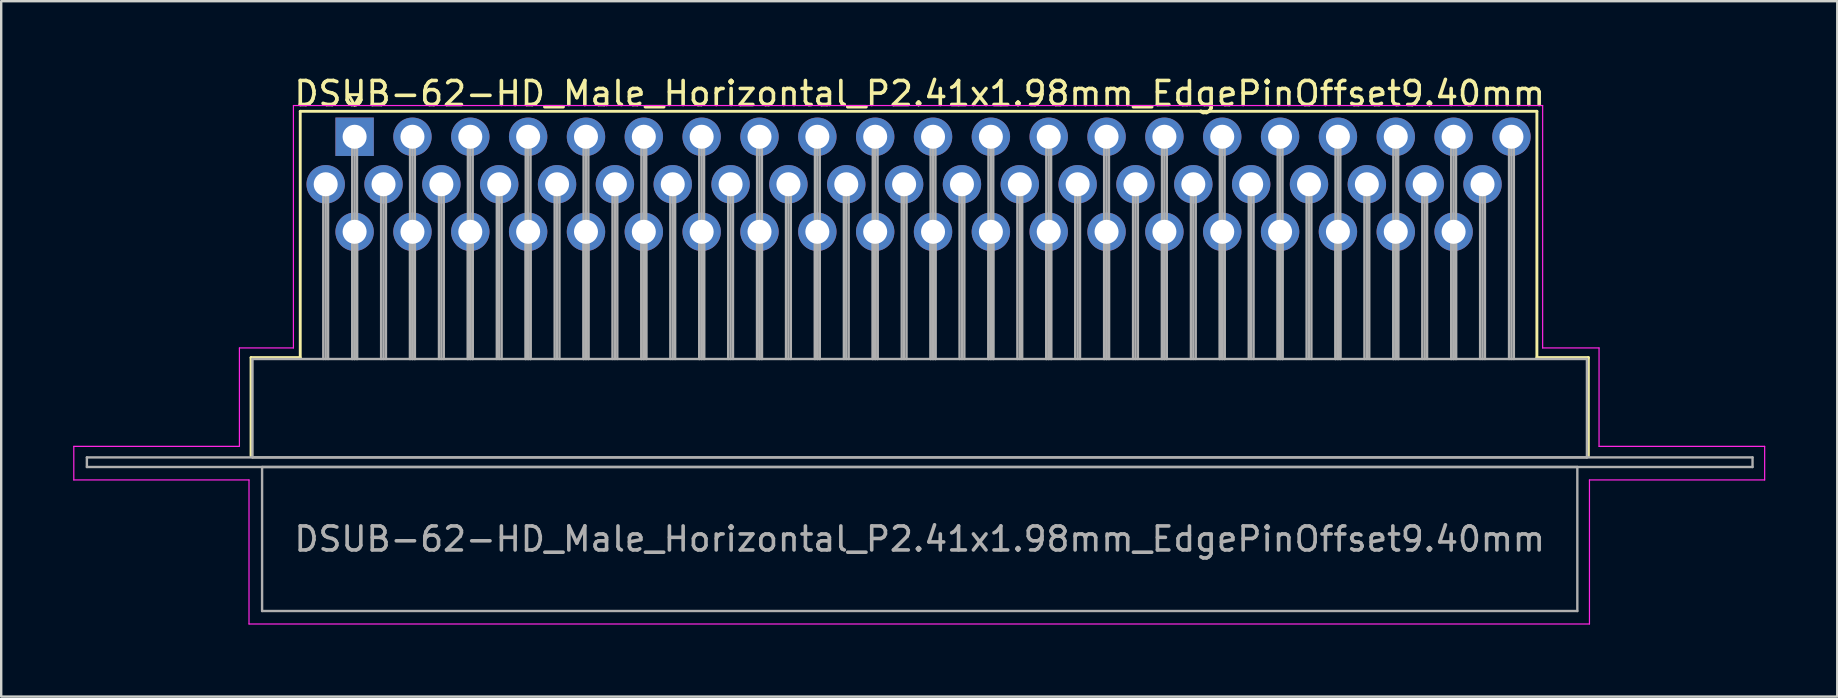
<source format=kicad_pcb>
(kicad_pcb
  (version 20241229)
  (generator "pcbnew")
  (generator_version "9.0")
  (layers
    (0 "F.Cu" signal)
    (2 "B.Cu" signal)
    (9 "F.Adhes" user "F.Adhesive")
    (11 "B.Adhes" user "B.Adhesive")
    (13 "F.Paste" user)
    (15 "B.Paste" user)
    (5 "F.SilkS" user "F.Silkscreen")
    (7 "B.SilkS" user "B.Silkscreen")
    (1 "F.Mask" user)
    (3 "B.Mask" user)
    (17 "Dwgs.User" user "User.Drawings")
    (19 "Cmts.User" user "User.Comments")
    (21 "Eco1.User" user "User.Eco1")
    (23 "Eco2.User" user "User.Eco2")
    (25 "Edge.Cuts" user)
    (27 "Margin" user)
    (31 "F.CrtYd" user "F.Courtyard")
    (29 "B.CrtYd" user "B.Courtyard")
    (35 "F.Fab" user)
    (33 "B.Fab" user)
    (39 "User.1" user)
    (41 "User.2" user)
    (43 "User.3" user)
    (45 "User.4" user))
  (footprint "DSUB-62-HD_Male_Horizontal_P2.41x1.98mm_EdgePinOffset9.40mm"
    (layer "F.Cu")
    (at 11.725 2.648)
    (property "Reference" "DSUB-62-HD_Male_Horizontal_P2.41x1.98mm_EdgePinOffset9.40mm" (at 23.545 -1.8 0) (layer "F.SilkS") (effects (font (size 1 1) (thickness 0.15))))
    (attr through_hole)
    (fp_line (start -4.315 9.2) (end -2.265 9.2) (stroke (width 0.12) (type solid)) (layer "F.SilkS"))
    (fp_line (start -4.315 13.3) (end -4.315 9.2) (stroke (width 0.12) (type solid)) (layer "F.SilkS"))
    (fp_line (start -2.265 -1.06) (end 49.26 -1.06) (stroke (width 0.12) (type solid)) (layer "F.SilkS"))
    (fp_line (start -2.265 9.2) (end -2.265 -1.06) (stroke (width 0.12) (type solid)) (layer "F.SilkS"))
    (fp_line (start -0.25 -1.754) (end 0.25 -1.754) (stroke (width 0.12) (type solid)) (layer "F.SilkS"))
    (fp_line (start 0 -1.321) (end -0.25 -1.754) (stroke (width 0.12) (type solid)) (layer "F.SilkS"))
    (fp_line (start 0.25 -1.754) (end 0 -1.321) (stroke (width 0.12) (type solid)) (layer "F.SilkS"))
    (fp_line (start 49.26 -1.06) (end 49.26 9.2) (stroke (width 0.12) (type solid)) (layer "F.SilkS"))
    (fp_line (start 49.26 9.2) (end 51.405 9.2) (stroke (width 0.12) (type solid)) (layer "F.SilkS"))
    (fp_line (start 51.405 9.2) (end 51.405 13.3) (stroke (width 0.12) (type solid)) (layer "F.SilkS"))
    (fp_line (start -11.7 12.9) (end -4.8 12.9) (stroke (width 0.05) (type solid)) (layer "F.CrtYd"))
    (fp_line (start -11.7 14.3) (end -11.7 12.9) (stroke (width 0.05) (type solid)) (layer "F.CrtYd"))
    (fp_line (start -4.8 8.8) (end -2.55 8.8) (stroke (width 0.05) (type solid)) (layer "F.CrtYd"))
    (fp_line (start -4.8 12.9) (end -4.8 8.8) (stroke (width 0.05) (type solid)) (layer "F.CrtYd"))
    (fp_line (start -4.4 14.3) (end -11.7 14.3) (stroke (width 0.05) (type solid)) (layer "F.CrtYd"))
    (fp_line (start -4.4 20.3) (end -4.4 14.3) (stroke (width 0.05) (type solid)) (layer "F.CrtYd"))
    (fp_line (start -2.55 -1.3) (end 49.5 -1.3) (stroke (width 0.05) (type solid)) (layer "F.CrtYd"))
    (fp_line (start -2.55 8.8) (end -2.55 -1.3) (stroke (width 0.05) (type solid)) (layer "F.CrtYd"))
    (fp_line (start 49.5 -1.3) (end 49.5 8.8) (stroke (width 0.05) (type solid)) (layer "F.CrtYd"))
    (fp_line (start 49.5 8.8) (end 51.85 8.8) (stroke (width 0.05) (type solid)) (layer "F.CrtYd"))
    (fp_line (start 51.45 14.3) (end 51.45 20.3) (stroke (width 0.05) (type solid)) (layer "F.CrtYd"))
    (fp_line (start 51.45 20.3) (end -4.4 20.3) (stroke (width 0.05) (type solid)) (layer "F.CrtYd"))
    (fp_line (start 51.85 8.8) (end 51.85 12.9) (stroke (width 0.05) (type solid)) (layer "F.CrtYd"))
    (fp_line (start 51.85 12.9) (end 58.75 12.9) (stroke (width 0.05) (type solid)) (layer "F.CrtYd"))
    (fp_line (start 58.75 12.9) (end 58.75 14.3) (stroke (width 0.05) (type solid)) (layer "F.CrtYd"))
    (fp_line (start 58.75 14.3) (end 51.45 14.3) (stroke (width 0.05) (type solid)) (layer "F.CrtYd"))
    (fp_line (start -11.155 13.36) (end -11.155 13.76) (stroke (width 0.1) (type solid)) (layer "F.Fab"))
    (fp_line (start -11.155 13.76) (end 58.245 13.76) (stroke (width 0.1) (type solid)) (layer "F.Fab"))
    (fp_line (start -4.255 9.26) (end -4.255 13.36) (stroke (width 0.1) (type solid)) (layer "F.Fab"))
    (fp_line (start -4.255 13.36) (end 51.345 13.36) (stroke (width 0.1) (type solid)) (layer "F.Fab"))
    (fp_line (start -3.855 13.76) (end -3.855 19.76) (stroke (width 0.1) (type solid)) (layer "F.Fab"))
    (fp_line (start -3.855 19.76) (end 50.945 19.76) (stroke (width 0.1) (type solid)) (layer "F.Fab"))
    (fp_line (start -1.305 1.98) (end -1.305 9.26) (stroke (width 0.1) (type solid)) (layer "F.Fab"))
    (fp_line (start -1.205 1.98) (end -1.205 9.26) (stroke (width 0.1) (type solid)) (layer "F.Fab"))
    (fp_line (start -1.105 1.98) (end -1.105 9.26) (stroke (width 0.1) (type solid)) (layer "F.Fab"))
    (fp_line (start -0.1 0) (end -0.1 9.26) (stroke (width 0.1) (type solid)) (layer "F.Fab"))
    (fp_line (start -0.1 3.96) (end -0.1 9.26) (stroke (width 0.1) (type solid)) (layer "F.Fab"))
    (fp_line (start 0 0) (end 0 9.26) (stroke (width 0.1) (type solid)) (layer "F.Fab"))
    (fp_line (start 0 3.96) (end 0 9.26) (stroke (width 0.1) (type solid)) (layer "F.Fab"))
    (fp_line (start 0.1 0) (end 0.1 9.26) (stroke (width 0.1) (type solid)) (layer "F.Fab"))
    (fp_line (start 0.1 3.96) (end 0.1 9.26) (stroke (width 0.1) (type solid)) (layer "F.Fab"))
    (fp_line (start 1.105 1.98) (end 1.105 9.26) (stroke (width 0.1) (type solid)) (layer "F.Fab"))
    (fp_line (start 1.205 1.98) (end 1.205 9.26) (stroke (width 0.1) (type solid)) (layer "F.Fab"))
    (fp_line (start 1.305 1.98) (end 1.305 9.26) (stroke (width 0.1) (type solid)) (layer "F.Fab"))
    (fp_line (start 2.31 0) (end 2.31 9.26) (stroke (width 0.1) (type solid)) (layer "F.Fab"))
    (fp_line (start 2.31 3.96) (end 2.31 9.26) (stroke (width 0.1) (type solid)) (layer "F.Fab"))
    (fp_line (start 2.41 0) (end 2.41 9.26) (stroke (width 0.1) (type solid)) (layer "F.Fab"))
    (fp_line (start 2.41 3.96) (end 2.41 9.26) (stroke (width 0.1) (type solid)) (layer "F.Fab"))
    (fp_line (start 2.51 0) (end 2.51 9.26) (stroke (width 0.1) (type solid)) (layer "F.Fab"))
    (fp_line (start 2.51 3.96) (end 2.51 9.26) (stroke (width 0.1) (type solid)) (layer "F.Fab"))
    (fp_line (start 3.515 1.98) (end 3.515 9.26) (stroke (width 0.1) (type solid)) (layer "F.Fab"))
    (fp_line (start 3.615 1.98) (end 3.615 9.26) (stroke (width 0.1) (type solid)) (layer "F.Fab"))
    (fp_line (start 3.715 1.98) (end 3.715 9.26) (stroke (width 0.1) (type solid)) (layer "F.Fab"))
    (fp_line (start 4.72 0) (end 4.72 9.26) (stroke (width 0.1) (type solid)) (layer "F.Fab"))
    (fp_line (start 4.72 3.96) (end 4.72 9.26) (stroke (width 0.1) (type solid)) (layer "F.Fab"))
    (fp_line (start 4.82 0) (end 4.82 9.26) (stroke (width 0.1) (type solid)) (layer "F.Fab"))
    (fp_line (start 4.82 3.96) (end 4.82 9.26) (stroke (width 0.1) (type solid)) (layer "F.Fab"))
    (fp_line (start 4.92 0) (end 4.92 9.26) (stroke (width 0.1) (type solid)) (layer "F.Fab"))
    (fp_line (start 4.92 3.96) (end 4.92 9.26) (stroke (width 0.1) (type solid)) (layer "F.Fab"))
    (fp_line (start 5.925 1.98) (end 5.925 9.26) (stroke (width 0.1) (type solid)) (layer "F.Fab"))
    (fp_line (start 6.025 1.98) (end 6.025 9.26) (stroke (width 0.1) (type solid)) (layer "F.Fab"))
    (fp_line (start 6.125 1.98) (end 6.125 9.26) (stroke (width 0.1) (type solid)) (layer "F.Fab"))
    (fp_line (start 7.13 0) (end 7.13 9.26) (stroke (width 0.1) (type solid)) (layer "F.Fab"))
    (fp_line (start 7.13 3.96) (end 7.13 9.26) (stroke (width 0.1) (type solid)) (layer "F.Fab"))
    (fp_line (start 7.23 0) (end 7.23 9.26) (stroke (width 0.1) (type solid)) (layer "F.Fab"))
    (fp_line (start 7.23 3.96) (end 7.23 9.26) (stroke (width 0.1) (type solid)) (layer "F.Fab"))
    (fp_line (start 7.33 0) (end 7.33 9.26) (stroke (width 0.1) (type solid)) (layer "F.Fab"))
    (fp_line (start 7.33 3.96) (end 7.33 9.26) (stroke (width 0.1) (type solid)) (layer "F.Fab"))
    (fp_line (start 8.335 1.98) (end 8.335 9.26) (stroke (width 0.1) (type solid)) (layer "F.Fab"))
    (fp_line (start 8.435 1.98) (end 8.435 9.26) (stroke (width 0.1) (type solid)) (layer "F.Fab"))
    (fp_line (start 8.535 1.98) (end 8.535 9.26) (stroke (width 0.1) (type solid)) (layer "F.Fab"))
    (fp_line (start 9.54 0) (end 9.54 9.26) (stroke (width 0.1) (type solid)) (layer "F.Fab"))
    (fp_line (start 9.54 3.96) (end 9.54 9.26) (stroke (width 0.1) (type solid)) (layer "F.Fab"))
    (fp_line (start 9.64 0) (end 9.64 9.26) (stroke (width 0.1) (type solid)) (layer "F.Fab"))
    (fp_line (start 9.64 3.96) (end 9.64 9.26) (stroke (width 0.1) (type solid)) (layer "F.Fab"))
    (fp_line (start 9.74 0) (end 9.74 9.26) (stroke (width 0.1) (type solid)) (layer "F.Fab"))
    (fp_line (start 9.74 3.96) (end 9.74 9.26) (stroke (width 0.1) (type solid)) (layer "F.Fab"))
    (fp_line (start 10.745 1.98) (end 10.745 9.26) (stroke (width 0.1) (type solid)) (layer "F.Fab"))
    (fp_line (start 10.845 1.98) (end 10.845 9.26) (stroke (width 0.1) (type solid)) (layer "F.Fab"))
    (fp_line (start 10.945 1.98) (end 10.945 9.26) (stroke (width 0.1) (type solid)) (layer "F.Fab"))
    (fp_line (start 11.95 0) (end 11.95 9.26) (stroke (width 0.1) (type solid)) (layer "F.Fab"))
    (fp_line (start 11.95 3.96) (end 11.95 9.26) (stroke (width 0.1) (type solid)) (layer "F.Fab"))
    (fp_line (start 12.05 0) (end 12.05 9.26) (stroke (width 0.1) (type solid)) (layer "F.Fab"))
    (fp_line (start 12.05 3.96) (end 12.05 9.26) (stroke (width 0.1) (type solid)) (layer "F.Fab"))
    (fp_line (start 12.15 0) (end 12.15 9.26) (stroke (width 0.1) (type solid)) (layer "F.Fab"))
    (fp_line (start 12.15 3.96) (end 12.15 9.26) (stroke (width 0.1) (type solid)) (layer "F.Fab"))
    (fp_line (start 13.155 1.98) (end 13.155 9.26) (stroke (width 0.1) (type solid)) (layer "F.Fab"))
    (fp_line (start 13.255 1.98) (end 13.255 9.26) (stroke (width 0.1) (type solid)) (layer "F.Fab"))
    (fp_line (start 13.355 1.98) (end 13.355 9.26) (stroke (width 0.1) (type solid)) (layer "F.Fab"))
    (fp_line (start 14.36 0) (end 14.36 9.26) (stroke (width 0.1) (type solid)) (layer "F.Fab"))
    (fp_line (start 14.36 3.96) (end 14.36 9.26) (stroke (width 0.1) (type solid)) (layer "F.Fab"))
    (fp_line (start 14.46 0) (end 14.46 9.26) (stroke (width 0.1) (type solid)) (layer "F.Fab"))
    (fp_line (start 14.46 3.96) (end 14.46 9.26) (stroke (width 0.1) (type solid)) (layer "F.Fab"))
    (fp_line (start 14.56 0) (end 14.56 9.26) (stroke (width 0.1) (type solid)) (layer "F.Fab"))
    (fp_line (start 14.56 3.96) (end 14.56 9.26) (stroke (width 0.1) (type solid)) (layer "F.Fab"))
    (fp_line (start 15.565 1.98) (end 15.565 9.26) (stroke (width 0.1) (type solid)) (layer "F.Fab"))
    (fp_line (start 15.665 1.98) (end 15.665 9.26) (stroke (width 0.1) (type solid)) (layer "F.Fab"))
    (fp_line (start 15.765 1.98) (end 15.765 9.26) (stroke (width 0.1) (type solid)) (layer "F.Fab"))
    (fp_line (start 16.77 0) (end 16.77 9.26) (stroke (width 0.1) (type solid)) (layer "F.Fab"))
    (fp_line (start 16.77 3.96) (end 16.77 9.26) (stroke (width 0.1) (type solid)) (layer "F.Fab"))
    (fp_line (start 16.87 0) (end 16.87 9.26) (stroke (width 0.1) (type solid)) (layer "F.Fab"))
    (fp_line (start 16.87 3.96) (end 16.87 9.26) (stroke (width 0.1) (type solid)) (layer "F.Fab"))
    (fp_line (start 16.97 0) (end 16.97 9.26) (stroke (width 0.1) (type solid)) (layer "F.Fab"))
    (fp_line (start 16.97 3.96) (end 16.97 9.26) (stroke (width 0.1) (type solid)) (layer "F.Fab"))
    (fp_line (start 17.975 1.98) (end 17.975 9.26) (stroke (width 0.1) (type solid)) (layer "F.Fab"))
    (fp_line (start 18.075 1.98) (end 18.075 9.26) (stroke (width 0.1) (type solid)) (layer "F.Fab"))
    (fp_line (start 18.175 1.98) (end 18.175 9.26) (stroke (width 0.1) (type solid)) (layer "F.Fab"))
    (fp_line (start 19.18 0) (end 19.18 9.26) (stroke (width 0.1) (type solid)) (layer "F.Fab"))
    (fp_line (start 19.18 3.96) (end 19.18 9.26) (stroke (width 0.1) (type solid)) (layer "F.Fab"))
    (fp_line (start 19.28 0) (end 19.28 9.26) (stroke (width 0.1) (type solid)) (layer "F.Fab"))
    (fp_line (start 19.28 3.96) (end 19.28 9.26) (stroke (width 0.1) (type solid)) (layer "F.Fab"))
    (fp_line (start 19.38 0) (end 19.38 9.26) (stroke (width 0.1) (type solid)) (layer "F.Fab"))
    (fp_line (start 19.38 3.96) (end 19.38 9.26) (stroke (width 0.1) (type solid)) (layer "F.Fab"))
    (fp_line (start 20.385 1.98) (end 20.385 9.26) (stroke (width 0.1) (type solid)) (layer "F.Fab"))
    (fp_line (start 20.485 1.98) (end 20.485 9.26) (stroke (width 0.1) (type solid)) (layer "F.Fab"))
    (fp_line (start 20.585 1.98) (end 20.585 9.26) (stroke (width 0.1) (type solid)) (layer "F.Fab"))
    (fp_line (start 21.59 0) (end 21.59 9.26) (stroke (width 0.1) (type solid)) (layer "F.Fab"))
    (fp_line (start 21.59 3.96) (end 21.59 9.26) (stroke (width 0.1) (type solid)) (layer "F.Fab"))
    (fp_line (start 21.69 0) (end 21.69 9.26) (stroke (width 0.1) (type solid)) (layer "F.Fab"))
    (fp_line (start 21.69 3.96) (end 21.69 9.26) (stroke (width 0.1) (type solid)) (layer "F.Fab"))
    (fp_line (start 21.79 0) (end 21.79 9.26) (stroke (width 0.1) (type solid)) (layer "F.Fab"))
    (fp_line (start 21.79 3.96) (end 21.79 9.26) (stroke (width 0.1) (type solid)) (layer "F.Fab"))
    (fp_line (start 22.795 1.98) (end 22.795 9.26) (stroke (width 0.1) (type solid)) (layer "F.Fab"))
    (fp_line (start 22.895 1.98) (end 22.895 9.26) (stroke (width 0.1) (type solid)) (layer "F.Fab"))
    (fp_line (start 22.995 1.98) (end 22.995 9.26) (stroke (width 0.1) (type solid)) (layer "F.Fab"))
    (fp_line (start 24 0) (end 24 9.26) (stroke (width 0.1) (type solid)) (layer "F.Fab"))
    (fp_line (start 24 3.96) (end 24 9.26) (stroke (width 0.1) (type solid)) (layer "F.Fab"))
    (fp_line (start 24.1 0) (end 24.1 9.26) (stroke (width 0.1) (type solid)) (layer "F.Fab"))
    (fp_line (start 24.1 3.96) (end 24.1 9.26) (stroke (width 0.1) (type solid)) (layer "F.Fab"))
    (fp_line (start 24.2 0) (end 24.2 9.26) (stroke (width 0.1) (type solid)) (layer "F.Fab"))
    (fp_line (start 24.2 3.96) (end 24.2 9.26) (stroke (width 0.1) (type solid)) (layer "F.Fab"))
    (fp_line (start 25.205 1.98) (end 25.205 9.26) (stroke (width 0.1) (type solid)) (layer "F.Fab"))
    (fp_line (start 25.305 1.98) (end 25.305 9.26) (stroke (width 0.1) (type solid)) (layer "F.Fab"))
    (fp_line (start 25.405 1.98) (end 25.405 9.26) (stroke (width 0.1) (type solid)) (layer "F.Fab"))
    (fp_line (start 26.41 0) (end 26.41 9.26) (stroke (width 0.1) (type solid)) (layer "F.Fab"))
    (fp_line (start 26.41 3.96) (end 26.41 9.26) (stroke (width 0.1) (type solid)) (layer "F.Fab"))
    (fp_line (start 26.51 0) (end 26.51 9.26) (stroke (width 0.1) (type solid)) (layer "F.Fab"))
    (fp_line (start 26.51 3.96) (end 26.51 9.26) (stroke (width 0.1) (type solid)) (layer "F.Fab"))
    (fp_line (start 26.61 0) (end 26.61 9.26) (stroke (width 0.1) (type solid)) (layer "F.Fab"))
    (fp_line (start 26.61 3.96) (end 26.61 9.26) (stroke (width 0.1) (type solid)) (layer "F.Fab"))
    (fp_line (start 27.615 1.98) (end 27.615 9.26) (stroke (width 0.1) (type solid)) (layer "F.Fab"))
    (fp_line (start 27.715 1.98) (end 27.715 9.26) (stroke (width 0.1) (type solid)) (layer "F.Fab"))
    (fp_line (start 27.815 1.98) (end 27.815 9.26) (stroke (width 0.1) (type solid)) (layer "F.Fab"))
    (fp_line (start 28.82 0) (end 28.82 9.26) (stroke (width 0.1) (type solid)) (layer "F.Fab"))
    (fp_line (start 28.82 3.96) (end 28.82 9.26) (stroke (width 0.1) (type solid)) (layer "F.Fab"))
    (fp_line (start 28.92 0) (end 28.92 9.26) (stroke (width 0.1) (type solid)) (layer "F.Fab"))
    (fp_line (start 28.92 3.96) (end 28.92 9.26) (stroke (width 0.1) (type solid)) (layer "F.Fab"))
    (fp_line (start 29.02 0) (end 29.02 9.26) (stroke (width 0.1) (type solid)) (layer "F.Fab"))
    (fp_line (start 29.02 3.96) (end 29.02 9.26) (stroke (width 0.1) (type solid)) (layer "F.Fab"))
    (fp_line (start 30.025 1.98) (end 30.025 9.26) (stroke (width 0.1) (type solid)) (layer "F.Fab"))
    (fp_line (start 30.125 1.98) (end 30.125 9.26) (stroke (width 0.1) (type solid)) (layer "F.Fab"))
    (fp_line (start 30.225 1.98) (end 30.225 9.26) (stroke (width 0.1) (type solid)) (layer "F.Fab"))
    (fp_line (start 31.23 0) (end 31.23 9.26) (stroke (width 0.1) (type solid)) (layer "F.Fab"))
    (fp_line (start 31.23 3.96) (end 31.23 9.26) (stroke (width 0.1) (type solid)) (layer "F.Fab"))
    (fp_line (start 31.33 0) (end 31.33 9.26) (stroke (width 0.1) (type solid)) (layer "F.Fab"))
    (fp_line (start 31.33 3.96) (end 31.33 9.26) (stroke (width 0.1) (type solid)) (layer "F.Fab"))
    (fp_line (start 31.43 0) (end 31.43 9.26) (stroke (width 0.1) (type solid)) (layer "F.Fab"))
    (fp_line (start 31.43 3.96) (end 31.43 9.26) (stroke (width 0.1) (type solid)) (layer "F.Fab"))
    (fp_line (start 32.435 1.98) (end 32.435 9.26) (stroke (width 0.1) (type solid)) (layer "F.Fab"))
    (fp_line (start 32.535 1.98) (end 32.535 9.26) (stroke (width 0.1) (type solid)) (layer "F.Fab"))
    (fp_line (start 32.635 1.98) (end 32.635 9.26) (stroke (width 0.1) (type solid)) (layer "F.Fab"))
    (fp_line (start 33.64 0) (end 33.64 9.26) (stroke (width 0.1) (type solid)) (layer "F.Fab"))
    (fp_line (start 33.64 3.96) (end 33.64 9.26) (stroke (width 0.1) (type solid)) (layer "F.Fab"))
    (fp_line (start 33.74 0) (end 33.74 9.26) (stroke (width 0.1) (type solid)) (layer "F.Fab"))
    (fp_line (start 33.74 3.96) (end 33.74 9.26) (stroke (width 0.1) (type solid)) (layer "F.Fab"))
    (fp_line (start 33.84 0) (end 33.84 9.26) (stroke (width 0.1) (type solid)) (layer "F.Fab"))
    (fp_line (start 33.84 3.96) (end 33.84 9.26) (stroke (width 0.1) (type solid)) (layer "F.Fab"))
    (fp_line (start 34.845 1.98) (end 34.845 9.26) (stroke (width 0.1) (type solid)) (layer "F.Fab"))
    (fp_line (start 34.945 1.98) (end 34.945 9.26) (stroke (width 0.1) (type solid)) (layer "F.Fab"))
    (fp_line (start 35.045 1.98) (end 35.045 9.26) (stroke (width 0.1) (type solid)) (layer "F.Fab"))
    (fp_line (start 36.05 0) (end 36.05 9.26) (stroke (width 0.1) (type solid)) (layer "F.Fab"))
    (fp_line (start 36.05 3.96) (end 36.05 9.26) (stroke (width 0.1) (type solid)) (layer "F.Fab"))
    (fp_line (start 36.15 0) (end 36.15 9.26) (stroke (width 0.1) (type solid)) (layer "F.Fab"))
    (fp_line (start 36.15 3.96) (end 36.15 9.26) (stroke (width 0.1) (type solid)) (layer "F.Fab"))
    (fp_line (start 36.25 0) (end 36.25 9.26) (stroke (width 0.1) (type solid)) (layer "F.Fab"))
    (fp_line (start 36.25 3.96) (end 36.25 9.26) (stroke (width 0.1) (type solid)) (layer "F.Fab"))
    (fp_line (start 37.255 1.98) (end 37.255 9.26) (stroke (width 0.1) (type solid)) (layer "F.Fab"))
    (fp_line (start 37.355 1.98) (end 37.355 9.26) (stroke (width 0.1) (type solid)) (layer "F.Fab"))
    (fp_line (start 37.455 1.98) (end 37.455 9.26) (stroke (width 0.1) (type solid)) (layer "F.Fab"))
    (fp_line (start 38.46 0) (end 38.46 9.26) (stroke (width 0.1) (type solid)) (layer "F.Fab"))
    (fp_line (start 38.46 3.96) (end 38.46 9.26) (stroke (width 0.1) (type solid)) (layer "F.Fab"))
    (fp_line (start 38.56 0) (end 38.56 9.26) (stroke (width 0.1) (type solid)) (layer "F.Fab"))
    (fp_line (start 38.56 3.96) (end 38.56 9.26) (stroke (width 0.1) (type solid)) (layer "F.Fab"))
    (fp_line (start 38.66 0) (end 38.66 9.26) (stroke (width 0.1) (type solid)) (layer "F.Fab"))
    (fp_line (start 38.66 3.96) (end 38.66 9.26) (stroke (width 0.1) (type solid)) (layer "F.Fab"))
    (fp_line (start 39.665 1.98) (end 39.665 9.26) (stroke (width 0.1) (type solid)) (layer "F.Fab"))
    (fp_line (start 39.765 1.98) (end 39.765 9.26) (stroke (width 0.1) (type solid)) (layer "F.Fab"))
    (fp_line (start 39.865 1.98) (end 39.865 9.26) (stroke (width 0.1) (type solid)) (layer "F.Fab"))
    (fp_line (start 40.87 0) (end 40.87 9.26) (stroke (width 0.1) (type solid)) (layer "F.Fab"))
    (fp_line (start 40.87 3.96) (end 40.87 9.26) (stroke (width 0.1) (type solid)) (layer "F.Fab"))
    (fp_line (start 40.97 0) (end 40.97 9.26) (stroke (width 0.1) (type solid)) (layer "F.Fab"))
    (fp_line (start 40.97 3.96) (end 40.97 9.26) (stroke (width 0.1) (type solid)) (layer "F.Fab"))
    (fp_line (start 41.07 0) (end 41.07 9.26) (stroke (width 0.1) (type solid)) (layer "F.Fab"))
    (fp_line (start 41.07 3.96) (end 41.07 9.26) (stroke (width 0.1) (type solid)) (layer "F.Fab"))
    (fp_line (start 42.075 1.98) (end 42.075 9.26) (stroke (width 0.1) (type solid)) (layer "F.Fab"))
    (fp_line (start 42.175 1.98) (end 42.175 9.26) (stroke (width 0.1) (type solid)) (layer "F.Fab"))
    (fp_line (start 42.275 1.98) (end 42.275 9.26) (stroke (width 0.1) (type solid)) (layer "F.Fab"))
    (fp_line (start 43.28 0) (end 43.28 9.26) (stroke (width 0.1) (type solid)) (layer "F.Fab"))
    (fp_line (start 43.28 3.96) (end 43.28 9.26) (stroke (width 0.1) (type solid)) (layer "F.Fab"))
    (fp_line (start 43.38 0) (end 43.38 9.26) (stroke (width 0.1) (type solid)) (layer "F.Fab"))
    (fp_line (start 43.38 3.96) (end 43.38 9.26) (stroke (width 0.1) (type solid)) (layer "F.Fab"))
    (fp_line (start 43.48 0) (end 43.48 9.26) (stroke (width 0.1) (type solid)) (layer "F.Fab"))
    (fp_line (start 43.48 3.96) (end 43.48 9.26) (stroke (width 0.1) (type solid)) (layer "F.Fab"))
    (fp_line (start 44.485 1.98) (end 44.485 9.26) (stroke (width 0.1) (type solid)) (layer "F.Fab"))
    (fp_line (start 44.585 1.98) (end 44.585 9.26) (stroke (width 0.1) (type solid)) (layer "F.Fab"))
    (fp_line (start 44.685 1.98) (end 44.685 9.26) (stroke (width 0.1) (type solid)) (layer "F.Fab"))
    (fp_line (start 45.69 0) (end 45.69 9.26) (stroke (width 0.1) (type solid)) (layer "F.Fab"))
    (fp_line (start 45.69 3.96) (end 45.69 9.26) (stroke (width 0.1) (type solid)) (layer "F.Fab"))
    (fp_line (start 45.79 0) (end 45.79 9.26) (stroke (width 0.1) (type solid)) (layer "F.Fab"))
    (fp_line (start 45.79 3.96) (end 45.79 9.26) (stroke (width 0.1) (type solid)) (layer "F.Fab"))
    (fp_line (start 45.89 0) (end 45.89 9.26) (stroke (width 0.1) (type solid)) (layer "F.Fab"))
    (fp_line (start 45.89 3.96) (end 45.89 9.26) (stroke (width 0.1) (type solid)) (layer "F.Fab"))
    (fp_line (start 46.895 1.98) (end 46.895 9.26) (stroke (width 0.1) (type solid)) (layer "F.Fab"))
    (fp_line (start 46.995 1.98) (end 46.995 9.26) (stroke (width 0.1) (type solid)) (layer "F.Fab"))
    (fp_line (start 47.095 1.98) (end 47.095 9.26) (stroke (width 0.1) (type solid)) (layer "F.Fab"))
    (fp_line (start 48.1 0) (end 48.1 9.26) (stroke (width 0.1) (type solid)) (layer "F.Fab"))
    (fp_line (start 48.2 0) (end 48.2 9.26) (stroke (width 0.1) (type solid)) (layer "F.Fab"))
    (fp_line (start 48.3 0) (end 48.3 9.26) (stroke (width 0.1) (type solid)) (layer "F.Fab"))
    (fp_line (start 50.945 13.76) (end -3.855 13.76) (stroke (width 0.1) (type solid)) (layer "F.Fab"))
    (fp_line (start 50.945 19.76) (end 50.945 13.76) (stroke (width 0.1) (type solid)) (layer "F.Fab"))
    (fp_line (start 51.345 9.26) (end -4.255 9.26) (stroke (width 0.1) (type solid)) (layer "F.Fab"))
    (fp_line (start 51.345 13.36) (end 51.345 9.26) (stroke (width 0.1) (type solid)) (layer "F.Fab"))
    (fp_line (start 58.245 13.36) (end -11.155 13.36) (stroke (width 0.1) (type solid)) (layer "F.Fab"))
    (fp_line (start 58.245 13.76) (end 58.245 13.36) (stroke (width 0.1) (type solid)) (layer "F.Fab"))
    (fp_text user "${REFERENCE}" (at 23.545 16.76 0) (layer "F.Fab") (effects (font (size 1 1) (thickness 0.15))))
    (pad "1" thru_hole rect (at 0 0) (size 1.6 1.6) (drill 1) (layers "*.Cu" "*.Mask"))
    (pad "2" thru_hole circle (at 2.41 0) (size 1.6 1.6) (drill 1) (layers "*.Cu" "*.Mask"))
    (pad "3" thru_hole circle (at 4.82 0) (size 1.6 1.6) (drill 1) (layers "*.Cu" "*.Mask"))
    (pad "4" thru_hole circle (at 7.23 0) (size 1.6 1.6) (drill 1) (layers "*.Cu" "*.Mask"))
    (pad "5" thru_hole circle (at 9.64 0) (size 1.6 1.6) (drill 1) (layers "*.Cu" "*.Mask"))
    (pad "6" thru_hole circle (at 12.05 0) (size 1.6 1.6) (drill 1) (layers "*.Cu" "*.Mask"))
    (pad "7" thru_hole circle (at 14.46 0) (size 1.6 1.6) (drill 1) (layers "*.Cu" "*.Mask"))
    (pad "8" thru_hole circle (at 16.87 0) (size 1.6 1.6) (drill 1) (layers "*.Cu" "*.Mask"))
    (pad "9" thru_hole circle (at 19.28 0) (size 1.6 1.6) (drill 1) (layers "*.Cu" "*.Mask"))
    (pad "10" thru_hole circle (at 21.69 0) (size 1.6 1.6) (drill 1) (layers "*.Cu" "*.Mask"))
    (pad "11" thru_hole circle (at 24.1 0) (size 1.6 1.6) (drill 1) (layers "*.Cu" "*.Mask"))
    (pad "12" thru_hole circle (at 26.51 0) (size 1.6 1.6) (drill 1) (layers "*.Cu" "*.Mask"))
    (pad "13" thru_hole circle (at 28.92 0) (size 1.6 1.6) (drill 1) (layers "*.Cu" "*.Mask"))
    (pad "14" thru_hole circle (at 31.33 0) (size 1.6 1.6) (drill 1) (layers "*.Cu" "*.Mask"))
    (pad "15" thru_hole circle (at 33.74 0) (size 1.6 1.6) (drill 1) (layers "*.Cu" "*.Mask"))
    (pad "16" thru_hole circle (at 36.15 0) (size 1.6 1.6) (drill 1) (layers "*.Cu" "*.Mask"))
    (pad "17" thru_hole circle (at 38.56 0) (size 1.6 1.6) (drill 1) (layers "*.Cu" "*.Mask"))
    (pad "18" thru_hole circle (at 40.97 0) (size 1.6 1.6) (drill 1) (layers "*.Cu" "*.Mask"))
    (pad "19" thru_hole circle (at 43.38 0) (size 1.6 1.6) (drill 1) (layers "*.Cu" "*.Mask"))
    (pad "20" thru_hole circle (at 45.79 0) (size 1.6 1.6) (drill 1) (layers "*.Cu" "*.Mask"))
    (pad "21" thru_hole circle (at 48.2 0) (size 1.6 1.6) (drill 1) (layers "*.Cu" "*.Mask"))
    (pad "22" thru_hole circle (at -1.205 1.98) (size 1.6 1.6) (drill 1) (layers "*.Cu" "*.Mask"))
    (pad "23" thru_hole circle (at 1.205 1.98) (size 1.6 1.6) (drill 1) (layers "*.Cu" "*.Mask"))
    (pad "24" thru_hole circle (at 3.615 1.98) (size 1.6 1.6) (drill 1) (layers "*.Cu" "*.Mask"))
    (pad "25" thru_hole circle (at 6.025 1.98) (size 1.6 1.6) (drill 1) (layers "*.Cu" "*.Mask"))
    (pad "26" thru_hole circle (at 8.435 1.98) (size 1.6 1.6) (drill 1) (layers "*.Cu" "*.Mask"))
    (pad "27" thru_hole circle (at 10.845 1.98) (size 1.6 1.6) (drill 1) (layers "*.Cu" "*.Mask"))
    (pad "28" thru_hole circle (at 13.255 1.98) (size 1.6 1.6) (drill 1) (layers "*.Cu" "*.Mask"))
    (pad "29" thru_hole circle (at 15.665 1.98) (size 1.6 1.6) (drill 1) (layers "*.Cu" "*.Mask"))
    (pad "30" thru_hole circle (at 18.075 1.98) (size 1.6 1.6) (drill 1) (layers "*.Cu" "*.Mask"))
    (pad "31" thru_hole circle (at 20.485 1.98) (size 1.6 1.6) (drill 1) (layers "*.Cu" "*.Mask"))
    (pad "32" thru_hole circle (at 22.895 1.98) (size 1.6 1.6) (drill 1) (layers "*.Cu" "*.Mask"))
    (pad "33" thru_hole circle (at 25.305 1.98) (size 1.6 1.6) (drill 1) (layers "*.Cu" "*.Mask"))
    (pad "34" thru_hole circle (at 27.715 1.98) (size 1.6 1.6) (drill 1) (layers "*.Cu" "*.Mask"))
    (pad "35" thru_hole circle (at 30.125 1.98) (size 1.6 1.6) (drill 1) (layers "*.Cu" "*.Mask"))
    (pad "36" thru_hole circle (at 32.535 1.98) (size 1.6 1.6) (drill 1) (layers "*.Cu" "*.Mask"))
    (pad "37" thru_hole circle (at 34.945 1.98) (size 1.6 1.6) (drill 1) (layers "*.Cu" "*.Mask"))
    (pad "38" thru_hole circle (at 37.355 1.98) (size 1.6 1.6) (drill 1) (layers "*.Cu" "*.Mask"))
    (pad "39" thru_hole circle (at 39.765 1.98) (size 1.6 1.6) (drill 1) (layers "*.Cu" "*.Mask"))
    (pad "40" thru_hole circle (at 42.175 1.98) (size 1.6 1.6) (drill 1) (layers "*.Cu" "*.Mask"))
    (pad "41" thru_hole circle (at 44.585 1.98) (size 1.6 1.6) (drill 1) (layers "*.Cu" "*.Mask"))
    (pad "42" thru_hole circle (at 46.995 1.98) (size 1.6 1.6) (drill 1) (layers "*.Cu" "*.Mask"))
    (pad "43" thru_hole circle (at 0 3.96) (size 1.6 1.6) (drill 1) (layers "*.Cu" "*.Mask"))
    (pad "44" thru_hole circle (at 2.41 3.96) (size 1.6 1.6) (drill 1) (layers "*.Cu" "*.Mask"))
    (pad "45" thru_hole circle (at 4.82 3.96) (size 1.6 1.6) (drill 1) (layers "*.Cu" "*.Mask"))
    (pad "46" thru_hole circle (at 7.23 3.96) (size 1.6 1.6) (drill 1) (layers "*.Cu" "*.Mask"))
    (pad "47" thru_hole circle (at 9.64 3.96) (size 1.6 1.6) (drill 1) (layers "*.Cu" "*.Mask"))
    (pad "48" thru_hole circle (at 12.05 3.96) (size 1.6 1.6) (drill 1) (layers "*.Cu" "*.Mask"))
    (pad "49" thru_hole circle (at 14.46 3.96) (size 1.6 1.6) (drill 1) (layers "*.Cu" "*.Mask"))
    (pad "50" thru_hole circle (at 16.87 3.96) (size 1.6 1.6) (drill 1) (layers "*.Cu" "*.Mask"))
    (pad "51" thru_hole circle (at 19.28 3.96) (size 1.6 1.6) (drill 1) (layers "*.Cu" "*.Mask"))
    (pad "52" thru_hole circle (at 21.69 3.96) (size 1.6 1.6) (drill 1) (layers "*.Cu" "*.Mask"))
    (pad "53" thru_hole circle (at 24.1 3.96) (size 1.6 1.6) (drill 1) (layers "*.Cu" "*.Mask"))
    (pad "54" thru_hole circle (at 26.51 3.96) (size 1.6 1.6) (drill 1) (layers "*.Cu" "*.Mask"))
    (pad "55" thru_hole circle (at 28.92 3.96) (size 1.6 1.6) (drill 1) (layers "*.Cu" "*.Mask"))
    (pad "56" thru_hole circle (at 31.33 3.96) (size 1.6 1.6) (drill 1) (layers "*.Cu" "*.Mask"))
    (pad "57" thru_hole circle (at 33.74 3.96) (size 1.6 1.6) (drill 1) (layers "*.Cu" "*.Mask"))
    (pad "58" thru_hole circle (at 36.15 3.96) (size 1.6 1.6) (drill 1) (layers "*.Cu" "*.Mask"))
    (pad "59" thru_hole circle (at 38.56 3.96) (size 1.6 1.6) (drill 1) (layers "*.Cu" "*.Mask"))
    (pad "60" thru_hole circle (at 40.97 3.96) (size 1.6 1.6) (drill 1) (layers "*.Cu" "*.Mask"))
    (pad "61" thru_hole circle (at 43.38 3.96) (size 1.6 1.6) (drill 1) (layers "*.Cu" "*.Mask"))
    (pad "62" thru_hole circle (at 45.79 3.96) (size 1.6 1.6) (drill 1) (layers "*.Cu" "*.Mask")))
  (gr_rect
    (start -3 -3)
    (end 73.5 25.973)
    (stroke (width 0.1) (type default))
    (fill no)
    (layer "Edge.Cuts")))
</source>
